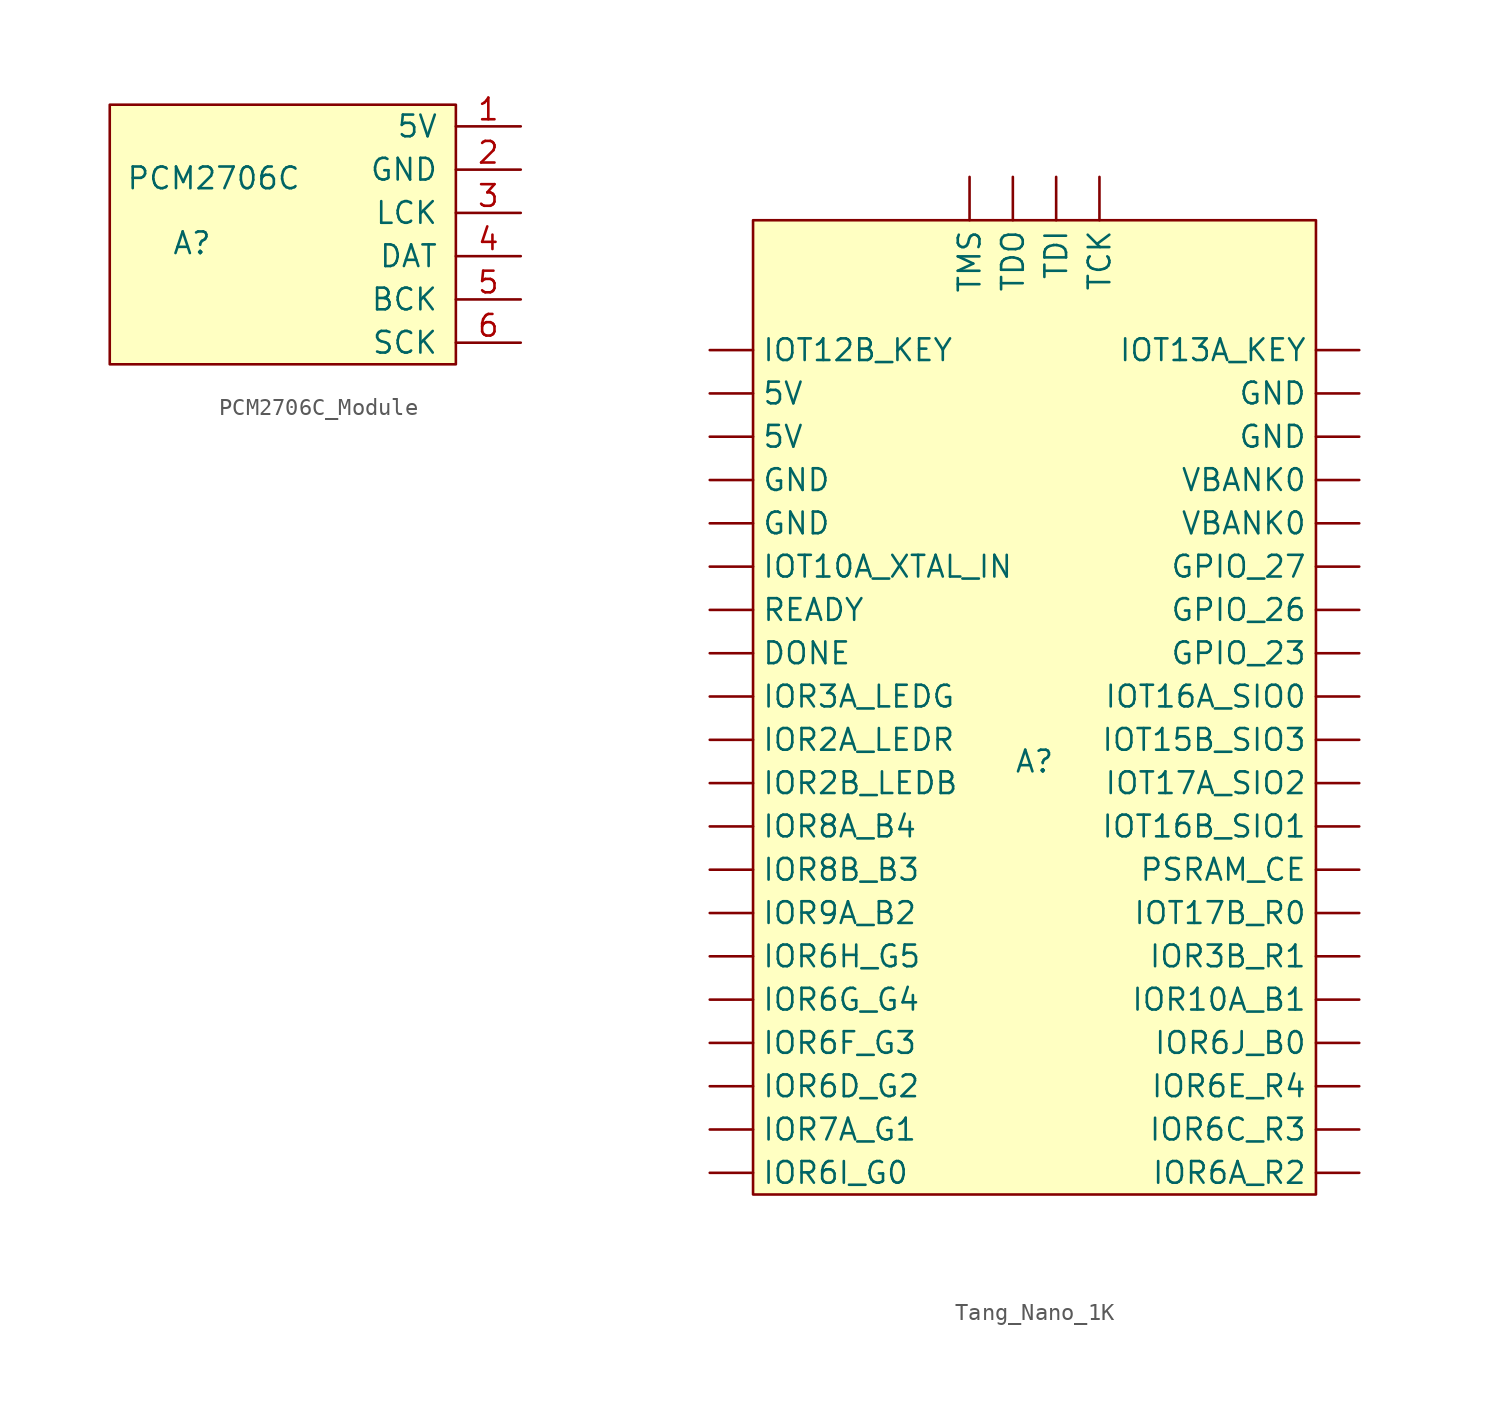
<source format=kicad_sym>
(kicad_symbol_lib
  (version 20231120)
  (generator "kicad_symbol_editor")
  (generator_version "8.0")
  (symbol "PCM2706C_Module"
    (pin_names
      (offset 1.016))
    (property "Reference" "A"
      (at -14.224 -1.778 0)
      (effects (font (size 1.27 1.27))))
    (property "Value" "PCM2706C"
      (at -12.954 2.032 0)
      (effects (font (size 1.27 1.27))))
    (symbol "PCM2706C_Module_1_1"
      (rectangle (start -19.05 6.35) (end 1.27 -8.89) (stroke (width 0) (type default)) (fill (type background)))
      (pin power_in line (at 5.08 5.08 180) (length 3.81) (name "5V" (effects (font (size 1.27 1.27)))) (number "1" (effects (font (size 1.27 1.27)))))
      (pin power_in line (at 5.08 2.54 180) (length 3.81) (name "GND" (effects (font (size 1.27 1.27)))) (number "2" (effects (font (size 1.27 1.27)))))
      (pin output line (at 5.08 0 180) (length 3.81) (name "LCK" (effects (font (size 1.27 1.27)))) (number "3" (effects (font (size 1.27 1.27)))))
      (pin output line (at 5.08 -2.54 180) (length 3.81) (name "DAT" (effects (font (size 1.27 1.27)))) (number "4" (effects (font (size 1.27 1.27)))))
      (pin output line (at 5.08 -5.08 180) (length 3.81) (name "BCK" (effects (font (size 1.27 1.27)))) (number "5" (effects (font (size 1.27 1.27)))))
      (pin output line (at 5.08 -7.62 180) (length 3.81) (name "SCK" (effects (font (size 1.27 1.27)))) (number "6" (effects (font (size 1.27 1.27)))))))
  (symbol "Tang_Nano_1K"
    (pin_numbers hide)
    (property "Reference" "A"
      (at 0 0 0)
      (effects (font (size 1.27 1.27))))
    (property "Value" ""
      (at 0 0 0)
      (effects (font (size 1.27 1.27))))
    (symbol "Tang_Nano_1K_1_0"
      (pin bidirectional line (at -19.05 -1.27 0) (length 2.54) (name "IOR2B_LEDB" (effects (font (size 1.27 1.27)))) (number "10" (effects (font (size 1.27 1.27)))))
      (pin bidirectional line (at -19.05 1.27 0) (length 2.54) (name "IOR2A_LEDR" (effects (font (size 1.27 1.27)))) (number "11" (effects (font (size 1.27 1.27)))))
      (pin bidirectional line (at -19.05 3.81 0) (length 2.54) (name "IOR3A_LEDG" (effects (font (size 1.27 1.27)))) (number "12" (effects (font (size 1.27 1.27)))))
      (pin bidirectional line (at -19.05 6.35 0) (length 2.54) (name "DONE" (effects (font (size 1.27 1.27)))) (number "13" (effects (font (size 1.27 1.27)))))
      (pin bidirectional line (at -19.05 8.89 0) (length 2.54) (name "READY" (effects (font (size 1.27 1.27)))) (number "14" (effects (font (size 1.27 1.27)))))
      (pin bidirectional line (at -19.05 11.43 0) (length 2.54) (name "IOT10A_XTAL_IN" (effects (font (size 1.27 1.27)))) (number "15" (effects (font (size 1.27 1.27)))))
      (pin power_in line (at -19.05 13.97 0) (length 2.54) (name "GND" (effects (font (size 1.27 1.27)))) (number "16" (effects (font (size 1.27 1.27)))))
      (pin power_in line (at -19.05 16.51 0) (length 2.54) (name "GND" (effects (font (size 1.27 1.27)))) (number "17" (effects (font (size 1.27 1.27)))))
      (pin power_in line (at -19.05 19.05 0) (length 2.54) (name "5V" (effects (font (size 1.27 1.27)))) (number "18" (effects (font (size 1.27 1.27)))))
      (pin power_in line (at -19.05 21.59 0) (length 2.54) (name "5V" (effects (font (size 1.27 1.27)))) (number "19" (effects (font (size 1.27 1.27)))))
      (pin bidirectional line (at -19.05 -21.59 0) (length 2.54) (name "IOR7A_G1" (effects (font (size 1.27 1.27)))) (number "2" (effects (font (size 1.27 1.27)))))
      (pin bidirectional line (at -19.05 24.13 0) (length 2.54) (name "IOT12B_KEY" (effects (font (size 1.27 1.27)))) (number "20" (effects (font (size 1.27 1.27)))))
      (pin bidirectional line (at -3.81 34.29 270) (length 2.54) (name "TMS" (effects (font (size 1.27 1.27)))) (number "21" (effects (font (size 1.27 1.27)))))
      (pin bidirectional line (at -1.27 34.29 270) (length 2.54) (name "TDO" (effects (font (size 1.27 1.27)))) (number "22" (effects (font (size 1.27 1.27)))))
      (pin bidirectional line (at 1.27 34.29 270) (length 2.54) (name "TDI" (effects (font (size 1.27 1.27)))) (number "23" (effects (font (size 1.27 1.27)))))
      (pin bidirectional line (at 3.81 34.29 270) (length 2.54) (name "TCK" (effects (font (size 1.27 1.27)))) (number "24" (effects (font (size 1.27 1.27)))))
      (pin bidirectional line (at 19.05 24.13 180) (length 2.54) (name "IOT13A_KEY" (effects (font (size 1.27 1.27)))) (number "25" (effects (font (size 1.27 1.27)))))
      (pin power_in line (at 19.05 21.59 180) (length 2.54) (name "GND" (effects (font (size 1.27 1.27)))) (number "26" (effects (font (size 1.27 1.27)))))
      (pin power_in line (at 19.05 19.05 180) (length 2.54) (name "GND" (effects (font (size 1.27 1.27)))) (number "27" (effects (font (size 1.27 1.27)))))
      (pin bidirectional line (at 19.05 16.51 180) (length 2.54) (name "VBANK0" (effects (font (size 1.27 1.27)))) (number "28" (effects (font (size 1.27 1.27)))))
      (pin bidirectional line (at 19.05 13.97 180) (length 2.54) (name "VBANK0" (effects (font (size 1.27 1.27)))) (number "29" (effects (font (size 1.27 1.27)))))
      (pin bidirectional line (at -19.05 -19.05 0) (length 2.54) (name "IOR6D_G2" (effects (font (size 1.27 1.27)))) (number "3" (effects (font (size 1.27 1.27)))))
      (pin bidirectional line (at 19.05 11.43 180) (length 2.54) (name "GPIO_27" (effects (font (size 1.27 1.27)))) (number "30" (effects (font (size 1.27 1.27)))))
      (pin bidirectional line (at 19.05 8.89 180) (length 2.54) (name "GPIO_26" (effects (font (size 1.27 1.27)))) (number "31" (effects (font (size 1.27 1.27)))))
      (pin bidirectional line (at 19.05 6.35 180) (length 2.54) (name "GPIO_23" (effects (font (size 1.27 1.27)))) (number "32" (effects (font (size 1.27 1.27)))))
      (pin bidirectional line (at 19.05 3.81 180) (length 2.54) (name "IOT16A_SIO0" (effects (font (size 1.27 1.27)))) (number "33" (effects (font (size 1.27 1.27)))))
      (pin bidirectional line (at 19.05 1.27 180) (length 2.54) (name "IOT15B_SIO3" (effects (font (size 1.27 1.27)))) (number "34" (effects (font (size 1.27 1.27)))))
      (pin bidirectional line (at 19.05 -1.27 180) (length 2.54) (name "IOT17A_SIO2" (effects (font (size 1.27 1.27)))) (number "35" (effects (font (size 1.27 1.27)))))
      (pin bidirectional line (at 19.05 -3.81 180) (length 2.54) (name "IOT16B_SIO1" (effects (font (size 1.27 1.27)))) (number "36" (effects (font (size 1.27 1.27)))))
      (pin bidirectional line (at 19.05 -6.35 180) (length 2.54) (name "PSRAM_CE" (effects (font (size 1.27 1.27)))) (number "37" (effects (font (size 1.27 1.27)))))
      (pin bidirectional line (at 19.05 -8.89 180) (length 2.54) (name "IOT17B_R0" (effects (font (size 1.27 1.27)))) (number "38" (effects (font (size 1.27 1.27)))))
      (pin bidirectional line (at 19.05 -11.43 180) (length 2.54) (name "IOR3B_R1" (effects (font (size 1.27 1.27)))) (number "39" (effects (font (size 1.27 1.27)))))
      (pin bidirectional line (at -19.05 -16.51 0) (length 2.54) (name "IOR6F_G3" (effects (font (size 1.27 1.27)))) (number "4" (effects (font (size 1.27 1.27)))))
      (pin bidirectional line (at 19.05 -13.97 180) (length 2.54) (name "IOR10A_B1" (effects (font (size 1.27 1.27)))) (number "40" (effects (font (size 1.27 1.27)))))
      (pin bidirectional line (at 19.05 -16.51 180) (length 2.54) (name "IOR6J_B0" (effects (font (size 1.27 1.27)))) (number "41" (effects (font (size 1.27 1.27)))))
      (pin bidirectional line (at 19.05 -19.05 180) (length 2.54) (name "IOR6E_R4" (effects (font (size 1.27 1.27)))) (number "42" (effects (font (size 1.27 1.27)))))
      (pin bidirectional line (at 19.05 -21.59 180) (length 2.54) (name "IOR6C_R3" (effects (font (size 1.27 1.27)))) (number "43" (effects (font (size 1.27 1.27)))))
      (pin bidirectional line (at 19.05 -24.13 180) (length 2.54) (name "IOR6A_R2" (effects (font (size 1.27 1.27)))) (number "44" (effects (font (size 1.27 1.27)))))
      (pin bidirectional line (at -19.05 -13.97 0) (length 2.54) (name "IOR6G_G4" (effects (font (size 1.27 1.27)))) (number "5" (effects (font (size 1.27 1.27)))))
      (pin bidirectional line (at -19.05 -11.43 0) (length 2.54) (name "IOR6H_G5" (effects (font (size 1.27 1.27)))) (number "6" (effects (font (size 1.27 1.27)))))
      (pin bidirectional line (at -19.05 -8.89 0) (length 2.54) (name "IOR9A_B2" (effects (font (size 1.27 1.27)))) (number "7" (effects (font (size 1.27 1.27)))))
      (pin bidirectional line (at -19.05 -6.35 0) (length 2.54) (name "IOR8B_B3" (effects (font (size 1.27 1.27)))) (number "8" (effects (font (size 1.27 1.27)))))
      (pin bidirectional line (at -19.05 -3.81 0) (length 2.54) (name "IOR8A_B4" (effects (font (size 1.27 1.27)))) (number "9" (effects (font (size 1.27 1.27))))))
    (symbol "Tang_Nano_1K_1_1"
      (rectangle (start -16.51 31.75) (end 16.51 -25.4) (stroke (width 0) (type default)) (fill (type background)))
      (pin bidirectional line (at -19.05 -24.13 0) (length 2.54) (name "IOR6I_G0" (effects (font (size 1.27 1.27)))) (number "1" (effects (font (size 1.27 1.27))))))))
</source>
